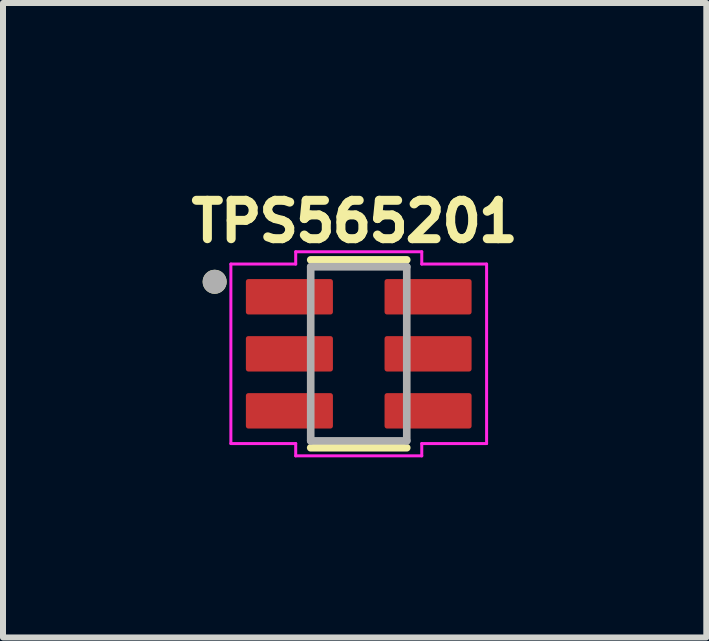
<source format=kicad_pcb>
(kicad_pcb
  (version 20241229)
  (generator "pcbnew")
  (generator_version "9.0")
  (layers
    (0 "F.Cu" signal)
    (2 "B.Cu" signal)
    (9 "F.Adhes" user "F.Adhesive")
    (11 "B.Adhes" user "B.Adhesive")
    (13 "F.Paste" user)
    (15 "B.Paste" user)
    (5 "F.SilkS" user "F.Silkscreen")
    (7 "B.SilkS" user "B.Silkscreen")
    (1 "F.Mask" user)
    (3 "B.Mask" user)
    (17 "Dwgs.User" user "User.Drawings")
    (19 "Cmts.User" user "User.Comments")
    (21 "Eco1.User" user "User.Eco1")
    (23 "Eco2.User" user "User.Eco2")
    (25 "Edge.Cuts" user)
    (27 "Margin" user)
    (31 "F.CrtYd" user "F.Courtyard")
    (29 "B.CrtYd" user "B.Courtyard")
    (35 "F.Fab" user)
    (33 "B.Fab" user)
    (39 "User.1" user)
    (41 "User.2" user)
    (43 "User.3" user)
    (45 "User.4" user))
  (footprint "TPS565201"
    (layer "F.Cu")
    (at 2.926 2.844)
    (property "Reference" "TPS565201" (at -0.068 -2.206 0) (layer "F.SilkS") (effects (font (size 0.64 0.64) (thickness 0.15))))
    (attr smd)
    (fp_line (start -0.8 -1.565) (end 0.8 -1.565) (stroke (width 0.127) (type solid)) (layer "F.SilkS"))
    (fp_line (start -0.8 1.565) (end 0.8 1.565) (stroke (width 0.127) (type solid)) (layer "F.SilkS"))
    (fp_circle (center -2.4 -1.2) (end -2.3 -1.2) (stroke (width 0.2) (type solid)) (fill no) (layer "F.SilkS"))
    (fp_line (start -2.13 -1.495) (end -2.13 1.495) (stroke (width 0.05) (type solid)) (layer "F.CrtYd"))
    (fp_line (start -2.13 1.495) (end -1.05 1.495) (stroke (width 0.05) (type solid)) (layer "F.CrtYd"))
    (fp_line (start -1.05 -1.7) (end -1.05 -1.495) (stroke (width 0.05) (type solid)) (layer "F.CrtYd"))
    (fp_line (start -1.05 -1.495) (end -2.13 -1.495) (stroke (width 0.05) (type solid)) (layer "F.CrtYd"))
    (fp_line (start -1.05 1.495) (end -1.05 1.7) (stroke (width 0.05) (type solid)) (layer "F.CrtYd"))
    (fp_line (start -1.05 1.7) (end 1.05 1.7) (stroke (width 0.05) (type solid)) (layer "F.CrtYd"))
    (fp_line (start 1.05 -1.7) (end -1.05 -1.7) (stroke (width 0.05) (type solid)) (layer "F.CrtYd"))
    (fp_line (start 1.05 -1.495) (end 1.05 -1.7) (stroke (width 0.05) (type solid)) (layer "F.CrtYd"))
    (fp_line (start 1.05 1.495) (end 2.13 1.495) (stroke (width 0.05) (type solid)) (layer "F.CrtYd"))
    (fp_line (start 1.05 1.7) (end 1.05 1.495) (stroke (width 0.05) (type solid)) (layer "F.CrtYd"))
    (fp_line (start 2.13 -1.495) (end 1.05 -1.495) (stroke (width 0.05) (type solid)) (layer "F.CrtYd"))
    (fp_line (start 2.13 1.495) (end 2.13 -1.495) (stroke (width 0.05) (type solid)) (layer "F.CrtYd"))
    (fp_line (start -0.8 -1.45) (end -0.8 1.45) (stroke (width 0.127) (type solid)) (layer "F.Fab"))
    (fp_line (start -0.8 1.45) (end 0.8 1.45) (stroke (width 0.127) (type solid)) (layer "F.Fab"))
    (fp_line (start 0.8 -1.45) (end -0.8 -1.45) (stroke (width 0.127) (type solid)) (layer "F.Fab"))
    (fp_line (start 0.8 1.45) (end 0.8 -1.45) (stroke (width 0.127) (type solid)) (layer "F.Fab"))
    (fp_circle (center -2.4 -1.2) (end -2.3 -1.2) (stroke (width 0.2) (type solid)) (fill no) (layer "F.Fab"))
    (pad "1" smd roundrect (at -1.155 -0.95) (size 1.45 0.59) (layers "F.Cu" "F.Mask" "F.Paste") (roundrect_rratio 0.07))
    (pad "2" smd roundrect (at -1.155 0) (size 1.45 0.59) (layers "F.Cu" "F.Mask" "F.Paste") (roundrect_rratio 0.07))
    (pad "3" smd roundrect (at -1.155 0.95) (size 1.45 0.59) (layers "F.Cu" "F.Mask" "F.Paste") (roundrect_rratio 0.07))
    (pad "4" smd roundrect (at 1.155 0.95) (size 1.45 0.59) (layers "F.Cu" "F.Mask" "F.Paste") (roundrect_rratio 0.07))
    (pad "5" smd roundrect (at 1.155 0) (size 1.45 0.59) (layers "F.Cu" "F.Mask" "F.Paste") (roundrect_rratio 0.07))
    (pad "6" smd roundrect (at 1.155 -0.95) (size 1.45 0.59) (layers "F.Cu" "F.Mask" "F.Paste") (roundrect_rratio 0.07)))
  (gr_rect
    (start -3 -3)
    (end 8.716 7.569)
    (stroke (width 0.1) (type default))
    (fill no)
    (layer "Edge.Cuts")))
</source>
